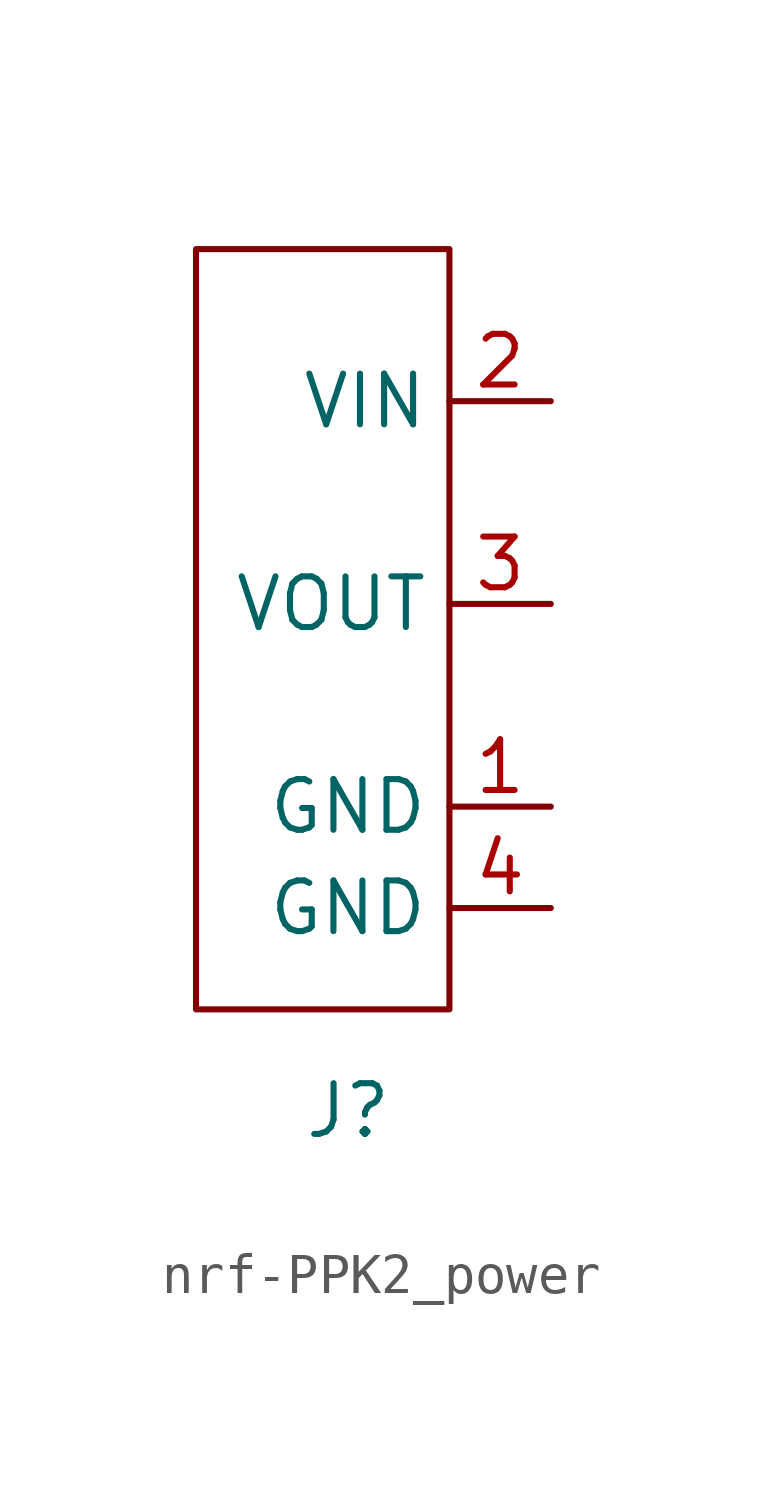
<source format=kicad_sym>
(kicad_symbol_lib
  (version 20220914)
  (generator kicad_symbol_editor)
  (symbol "nrf-PPK2_power"
    (property "Reference" "J"
      (at 0 0 0)
      (effects (font (size 1.27 1.27))))
    (property "Value" ""
      (at 0 0 0)
      (effects (font (size 1.27 1.27))))
    (symbol "nrf-PPK2_power_0_1"
      (rectangle (start -3.81 21.59) (end 2.54 2.54) (stroke (width 0) (type default)) (fill (type none))))
    (symbol "nrf-PPK2_power_1_0"
      (pin power_in line (at 5.08 7.62 180) (length 2.54) (name "GND" (effects (font (size 1.27 1.27)))) (number "1" (effects (font (size 1.27 1.27)))))
      (pin power_in line (at 5.08 17.78 180) (length 2.54) (name "VIN" (effects (font (size 1.27 1.27)))) (number "2" (effects (font (size 1.27 1.27)))))
      (pin power_out line (at 5.08 12.7 180) (length 2.54) (name "VOUT" (effects (font (size 1.27 1.27)))) (number "3" (effects (font (size 1.27 1.27)))))
      (pin power_in line (at 5.08 5.08 180) (length 2.54) (name "GND" (effects (font (size 1.27 1.27)))) (number "4" (effects (font (size 1.27 1.27))))))))
</source>
